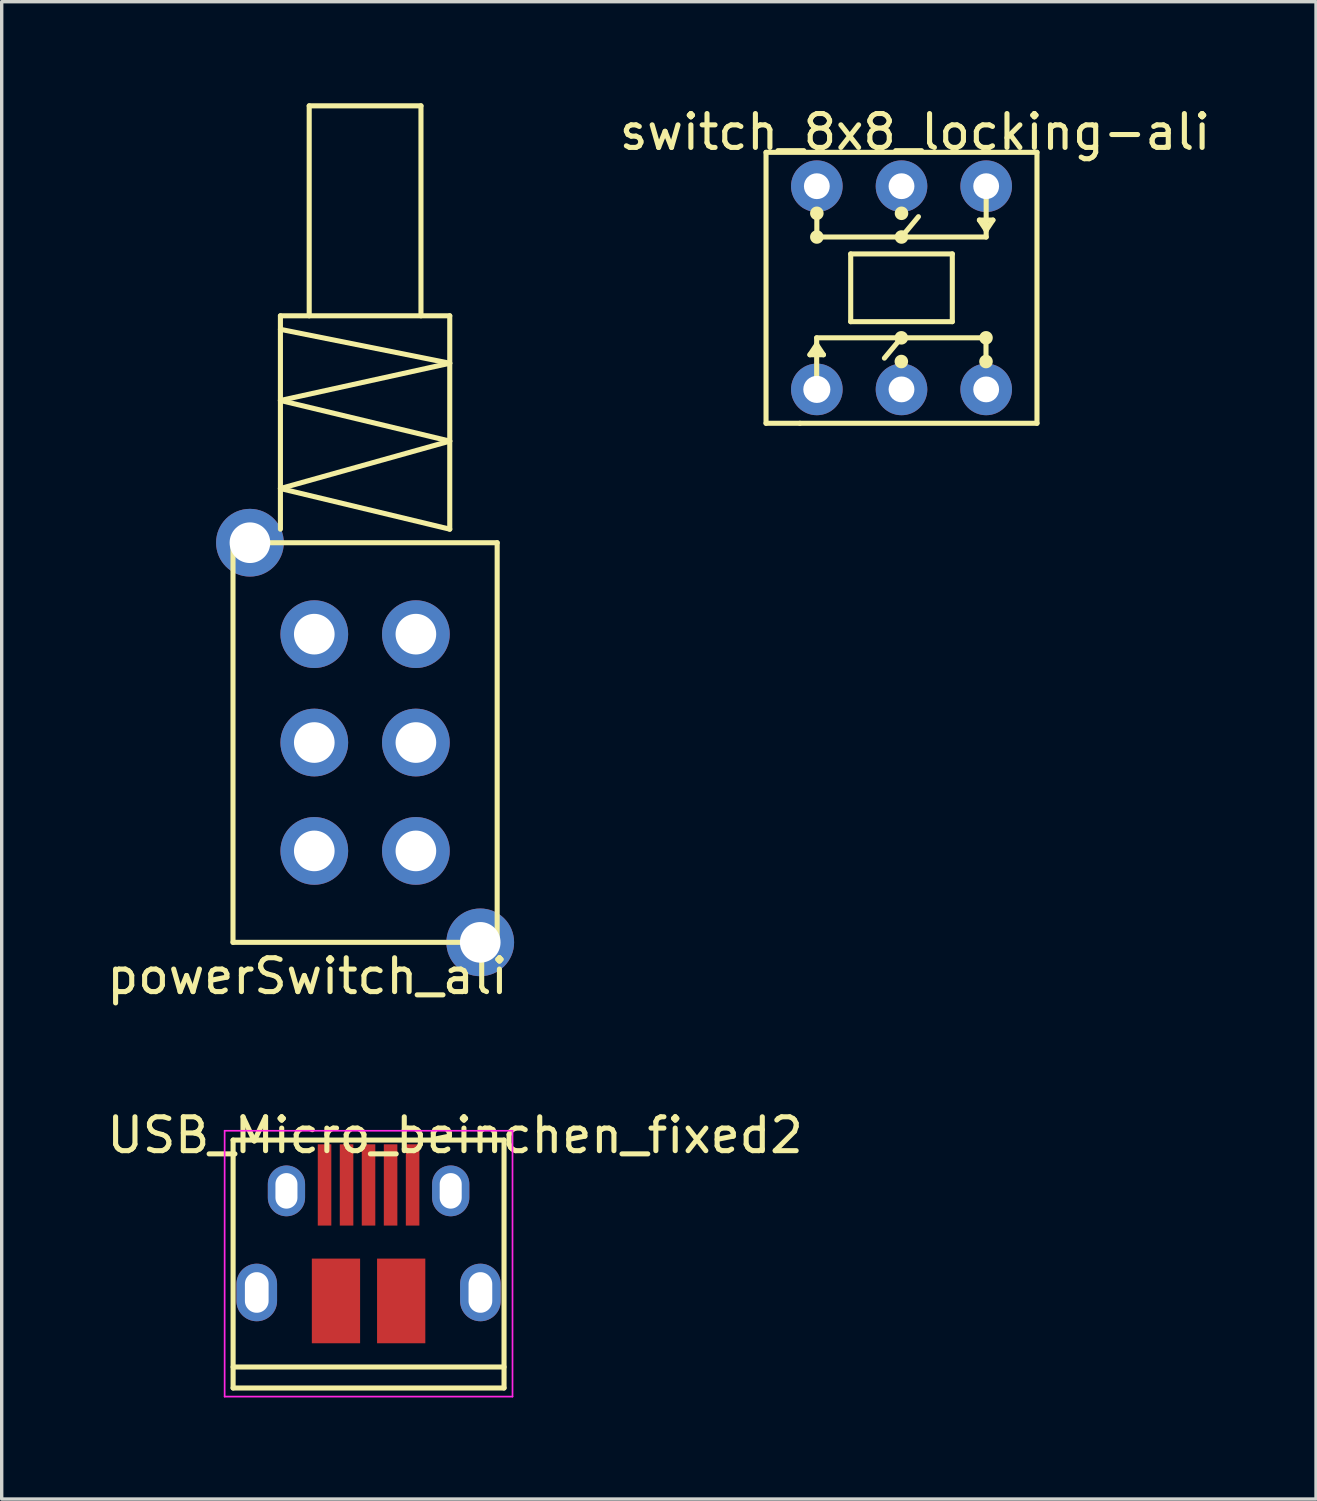
<source format=kicad_pcb>
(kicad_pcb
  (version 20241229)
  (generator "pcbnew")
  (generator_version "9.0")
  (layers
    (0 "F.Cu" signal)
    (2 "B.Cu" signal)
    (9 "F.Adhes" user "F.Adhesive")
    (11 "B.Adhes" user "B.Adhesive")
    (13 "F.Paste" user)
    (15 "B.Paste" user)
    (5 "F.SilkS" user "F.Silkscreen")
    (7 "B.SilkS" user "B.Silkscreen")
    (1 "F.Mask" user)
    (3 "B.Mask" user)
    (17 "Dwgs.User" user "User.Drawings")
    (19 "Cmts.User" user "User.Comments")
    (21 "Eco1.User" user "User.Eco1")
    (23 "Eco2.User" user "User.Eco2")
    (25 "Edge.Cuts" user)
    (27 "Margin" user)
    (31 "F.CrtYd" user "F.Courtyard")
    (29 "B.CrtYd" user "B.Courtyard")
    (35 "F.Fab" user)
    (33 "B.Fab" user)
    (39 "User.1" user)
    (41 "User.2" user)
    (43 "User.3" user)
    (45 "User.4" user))
  (footprint "USB_Micro_beinchen_fixed2"
    (placed yes)
    (layer "F.Cu")
    (at 7.833 33.738)
    (property "Reference" "USB_Micro_beinchen_fixed2" (at 2.554 -3.267 0) (layer "F.SilkS") (effects (font (size 1 1) (thickness 0.15))))
    (attr smd)
    (fp_line (start -4 -3.125) (end 4 -3.125) (stroke (width 0.15) (type solid)) (layer "F.SilkS"))
    (fp_line (start -4 4.195) (end -4 -3.125) (stroke (width 0.15) (type solid)) (layer "F.SilkS"))
    (fp_line (start -4 4.195) (end 4 4.195) (stroke (width 0.15) (type solid)) (layer "F.SilkS"))
    (fp_line (start 4 -3.125) (end 4 4.195) (stroke (width 0.15) (type solid)) (layer "F.SilkS"))
    (fp_line (start 4 3.575) (end -4 3.575) (stroke (width 0.15) (type solid)) (layer "F.SilkS"))
    (fp_line (start -4.25 -3.4) (end 4.25 -3.4) (stroke (width 0.05) (type solid)) (layer "F.CrtYd"))
    (fp_line (start -4.25 4.45) (end -4.25 -3.4) (stroke (width 0.05) (type solid)) (layer "F.CrtYd"))
    (fp_line (start 4.25 -3.4) (end 4.25 4.45) (stroke (width 0.05) (type solid)) (layer "F.CrtYd"))
    (fp_line (start 4.25 4.45) (end -4.25 4.45) (stroke (width 0.05) (type solid)) (layer "F.CrtYd"))
    (pad "1" smd rect (at -1.3 -1.8 90) (size 2.4 0.4) (layers "F.Cu" "F.Mask" "F.Paste"))
    (pad "2" smd rect (at -0.65 -1.8 90) (size 2.4 0.4) (layers "F.Cu" "F.Mask" "F.Paste"))
    (pad "3" smd rect (at -0.001 -1.8 90) (size 2.4 0.4) (layers "F.Cu" "F.Mask" "F.Paste"))
    (pad "4" smd rect (at 0.65 -1.8 90) (size 2.4 0.4) (layers "F.Cu" "F.Mask" "F.Paste"))
    (pad "5" smd rect (at 1.3 -1.8 90) (size 2.4 0.4) (layers "F.Cu" "F.Mask" "F.Paste"))
    (pad "6" thru_hole oval (at -3.302 1.375 90) (size 1.7 1.2) (drill oval 1.2 0.7) (layers "*.Cu" "*.Mask"))
    (pad "6" thru_hole oval (at -2.425 -1.625 90) (size 1.5 1.1) (drill oval 1.05 0.65) (layers "*.Cu" "*.Mask"))
    (pad "6" smd rect (at -0.963 1.625 90) (size 2.5 1.425) (layers "F.Cu" "F.Mask" "F.Paste"))
    (pad "6" smd rect (at 0.963 1.625 90) (size 2.5 1.425) (layers "F.Cu" "F.Mask" "F.Paste"))
    (pad "6" thru_hole oval (at 2.425 -1.625 90) (size 1.5 1.1) (drill oval 1.05 0.65) (layers "*.Cu" "*.Mask"))
    (pad "6" thru_hole oval (at 3.302 1.375 90) (size 1.7 1.2) (drill oval 1.2 0.7) (layers "*.Cu" "*.Mask")))
  (footprint "switch_8x8_locking-ali"
    (layer "F.Cu")
    (at 23.569 5.448)
    (property "Reference" "switch_8x8_locking-ali" (at 0.4 -4.6 0) (layer "F.SilkS") (effects (font (size 1 1) (thickness 0.15))))
    (attr through_hole)
    (fp_line (start -4 -4) (end -4 4) (stroke (width 0.15) (type solid)) (layer "F.SilkS"))
    (fp_line (start -4 -4) (end 4 -4) (stroke (width 0.15) (type solid)) (layer "F.SilkS"))
    (fp_line (start -3 4) (end -4 4) (stroke (width 0.15) (type solid)) (layer "F.SilkS"))
    (fp_line (start -2.705 1.977) (end -2.305 1.977) (stroke (width 0.15) (type solid)) (layer "F.SilkS"))
    (fp_line (start -2.505 1.477) (end -2.505 2.877) (stroke (width 0.15) (type solid)) (layer "F.SilkS"))
    (fp_line (start -2.505 1.677) (end -2.705 1.977) (stroke (width 0.15) (type solid)) (layer "F.SilkS"))
    (fp_line (start -2.5 -2.2) (end -2.5 -2.2) (stroke (width 0.4) (type solid)) (layer "F.SilkS"))
    (fp_line (start -2.5 -1.5) (end -2.5 -2.2) (stroke (width 0.15) (type solid)) (layer "F.SilkS"))
    (fp_line (start -2.5 -1.5) (end -2.5 -1.5) (stroke (width 0.4) (type solid)) (layer "F.SilkS"))
    (fp_line (start -2.305 1.977) (end -2.505 1.677) (stroke (width 0.15) (type solid)) (layer "F.SilkS"))
    (fp_line (start -1.5 -1) (end 1.5 -1) (stroke (width 0.15) (type solid)) (layer "F.SilkS"))
    (fp_line (start -1.5 1) (end -1.5 -1) (stroke (width 0.15) (type solid)) (layer "F.SilkS"))
    (fp_line (start -0.005 1.477) (end -2.505 1.477) (stroke (width 0.15) (type solid)) (layer "F.SilkS"))
    (fp_line (start -0.005 1.477) (end -0.505 2.077) (stroke (width 0.15) (type solid)) (layer "F.SilkS"))
    (fp_line (start -0.005 1.477) (end -0.005 1.477) (stroke (width 0.4) (type solid)) (layer "F.SilkS"))
    (fp_line (start -0.005 1.477) (end 2.495 1.477) (stroke (width 0.15) (type solid)) (layer "F.SilkS"))
    (fp_line (start -0.005 2.177) (end -0.005 2.177) (stroke (width 0.4) (type solid)) (layer "F.SilkS"))
    (fp_line (start 0 -2.2) (end 0 -2.2) (stroke (width 0.4) (type solid)) (layer "F.SilkS"))
    (fp_line (start 0 -1.5) (end -2.5 -1.5) (stroke (width 0.15) (type solid)) (layer "F.SilkS"))
    (fp_line (start 0 -1.5) (end 0 -1.5) (stroke (width 0.4) (type solid)) (layer "F.SilkS"))
    (fp_line (start 0 -1.5) (end 0.5 -2.1) (stroke (width 0.15) (type solid)) (layer "F.SilkS"))
    (fp_line (start 0 -1.5) (end 2.5 -1.5) (stroke (width 0.15) (type solid)) (layer "F.SilkS"))
    (fp_line (start 1.5 -1) (end 1.5 1) (stroke (width 0.15) (type solid)) (layer "F.SilkS"))
    (fp_line (start 1.5 1) (end -1.5 1) (stroke (width 0.15) (type solid)) (layer "F.SilkS"))
    (fp_line (start 2.3 -2) (end 2.5 -1.7) (stroke (width 0.15) (type solid)) (layer "F.SilkS"))
    (fp_line (start 2.495 1.477) (end 2.495 1.477) (stroke (width 0.4) (type solid)) (layer "F.SilkS"))
    (fp_line (start 2.495 1.477) (end 2.495 2.177) (stroke (width 0.15) (type solid)) (layer "F.SilkS"))
    (fp_line (start 2.495 2.177) (end 2.495 2.177) (stroke (width 0.4) (type solid)) (layer "F.SilkS"))
    (fp_line (start 2.5 -1.7) (end 2.7 -2) (stroke (width 0.15) (type solid)) (layer "F.SilkS"))
    (fp_line (start 2.5 -1.5) (end 2.5 -2.9) (stroke (width 0.15) (type solid)) (layer "F.SilkS"))
    (fp_line (start 2.7 -2) (end 2.3 -2) (stroke (width 0.15) (type solid)) (layer "F.SilkS"))
    (fp_line (start 4 -4) (end 4 4) (stroke (width 0.15) (type solid)) (layer "F.SilkS"))
    (fp_line (start 4 4) (end -3 4) (stroke (width 0.15) (type solid)) (layer "F.SilkS"))
    (pad "1" thru_hole circle (at -2.5 3) (size 1.524 1.524) (drill 0.8) (layers "*.Cu" "*.Mask"))
    (pad "2" thru_hole circle (at 0 3) (size 1.524 1.524) (drill 0.762) (layers "*.Cu" "*.Mask"))
    (pad "3" thru_hole circle (at 2.5 3) (size 1.524 1.524) (drill 0.762) (layers "*.Cu" "*.Mask"))
    (pad "4" thru_hole circle (at 2.5 -3) (size 1.524 1.524) (drill 0.762) (layers "*.Cu" "*.Mask"))
    (pad "5" thru_hole circle (at 0 -3) (size 1.524 1.524) (drill 0.762) (layers "*.Cu" "*.Mask"))
    (pad "6" thru_hole circle (at -2.5 -3) (size 1.524 1.524) (drill 0.762) (layers "*.Cu" "*.Mask")))
  (footprint "powerSwitch_ali"
    (layer "F.Cu")
    (at 7.73 18.875)
    (property "Reference" "powerSwitch_ali" (at -1.7 6.9 0) (layer "F.SilkS") (effects (font (size 1 1) (thickness 0.15))))
    (attr through_hole)
    (fp_line (start -3.9 -5.9) (end 3.9 -5.9) (stroke (width 0.15) (type solid)) (layer "F.SilkS"))
    (fp_line (start -3.9 5.9) (end -3.9 -5.9) (stroke (width 0.15) (type solid)) (layer "F.SilkS"))
    (fp_line (start -2.5 -12.6) (end -2.5 -6.3) (stroke (width 0.15) (type solid)) (layer "F.SilkS"))
    (fp_line (start -2.5 -12.2) (end 2.5 -11.2) (stroke (width 0.15) (type solid)) (layer "F.SilkS"))
    (fp_line (start -2.5 -10.1) (end 2.5 -8.9) (stroke (width 0.15) (type solid)) (layer "F.SilkS"))
    (fp_line (start -2.5 -7.5) (end 2.5 -6.3) (stroke (width 0.15) (type solid)) (layer "F.SilkS"))
    (fp_line (start -1.65 -18.8) (end -1.65 -12.6) (stroke (width 0.15) (type solid)) (layer "F.SilkS"))
    (fp_line (start 1.65 -18.8) (end -1.65 -18.8) (stroke (width 0.15) (type solid)) (layer "F.SilkS"))
    (fp_line (start 1.65 -12.6) (end 1.65 -18.8) (stroke (width 0.15) (type solid)) (layer "F.SilkS"))
    (fp_line (start 2.5 -12.6) (end -2.5 -12.6) (stroke (width 0.15) (type solid)) (layer "F.SilkS"))
    (fp_line (start 2.5 -11.2) (end -2.5 -10.1) (stroke (width 0.15) (type solid)) (layer "F.SilkS"))
    (fp_line (start 2.5 -8.9) (end -2.5 -7.5) (stroke (width 0.15) (type solid)) (layer "F.SilkS"))
    (fp_line (start 2.5 -6.3) (end 2.5 -12.6) (stroke (width 0.15) (type solid)) (layer "F.SilkS"))
    (fp_line (start 3.9 -5.9) (end 3.9 5.9) (stroke (width 0.15) (type solid)) (layer "F.SilkS"))
    (fp_line (start 3.9 5.9) (end -3.9 5.9) (stroke (width 0.15) (type solid)) (layer "F.SilkS"))
    (pad "1" thru_hole circle (at -1.5 0) (size 2 2) (drill 1.2) (layers "*.Cu" "*.Mask"))
    (pad "1" thru_hole circle (at 1.5 0) (size 2 2) (drill 1.2) (layers "*.Cu" "*.Mask"))
    (pad "2" thru_hole circle (at -1.5 -3.2) (size 2 2) (drill 1.2) (layers "*.Cu" "*.Mask"))
    (pad "2" thru_hole circle (at 1.5 -3.2) (size 2 2) (drill 1.2) (layers "*.Cu" "*.Mask"))
    (pad "3" thru_hole circle (at -1.5 3.2) (size 2 2) (drill 1.2) (layers "*.Cu" "*.Mask"))
    (pad "3" thru_hole circle (at 1.5 3.2) (size 2 2) (drill 1.2) (layers "*.Cu" "*.Mask"))
    (pad "4" thru_hole circle (at -3.4 -5.9) (size 2 2) (drill 1.2) (layers "*.Cu" "*.Mask"))
    (pad "4" thru_hole circle (at 3.4 5.9) (size 2 2) (drill 1.2) (layers "*.Cu" "*.Mask")))
  (gr_rect
    (start -3 -3)
    (end 35.808 41.213)
    (stroke (width 0.1) (type default))
    (fill no)
    (layer "Edge.Cuts")))
</source>
